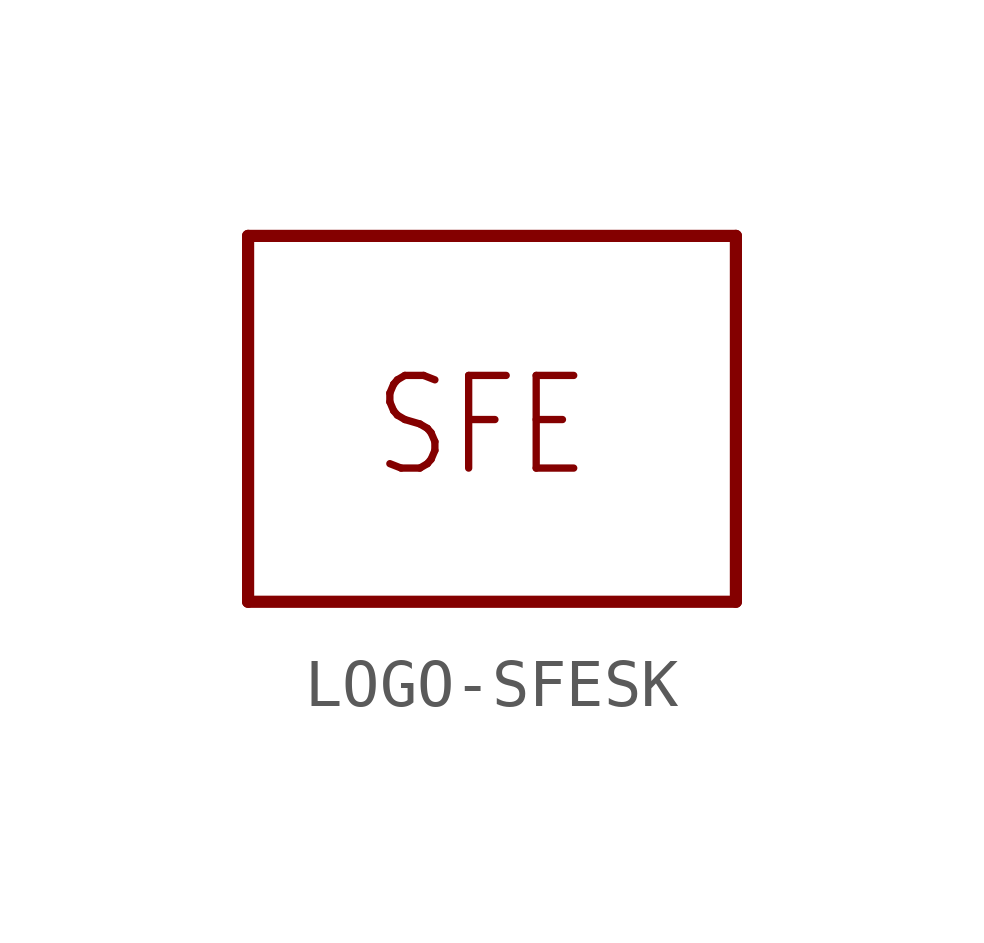
<source format=kicad_sym>
(kicad_symbol_lib
  (version 20220914)
  (generator kicad_symbol_editor)
  (symbol "LOGO-SFESK"
    (property "Reference" "JP"
      (at 0 0 0)
      (effects (font (size 1.27 1.27)) hide))
    (property "ki_locked" ""
      (at 0 0 0)
      (effects (font (size 1.27 1.27))))
    (symbol "LOGO-SFESK_1_0"
      (polyline (pts (xy -2.54 -2.54) (xy 7.62 -2.54)) (stroke (width 0.254) (type solid)) (fill (type none)))
      (polyline (pts (xy -2.54 5.08) (xy -2.54 -2.54)) (stroke (width 0.254) (type solid)) (fill (type none)))
      (polyline (pts (xy 7.62 -2.54) (xy 7.62 5.08)) (stroke (width 0.254) (type solid)) (fill (type none)))
      (polyline (pts (xy 7.62 5.08) (xy -2.54 5.08)) (stroke (width 0.254) (type solid)) (fill (type none)))
      (text "SFE" (at 0 0 0) (effects (font (size 1.93 1.641)) (justify left bottom))))))
</source>
